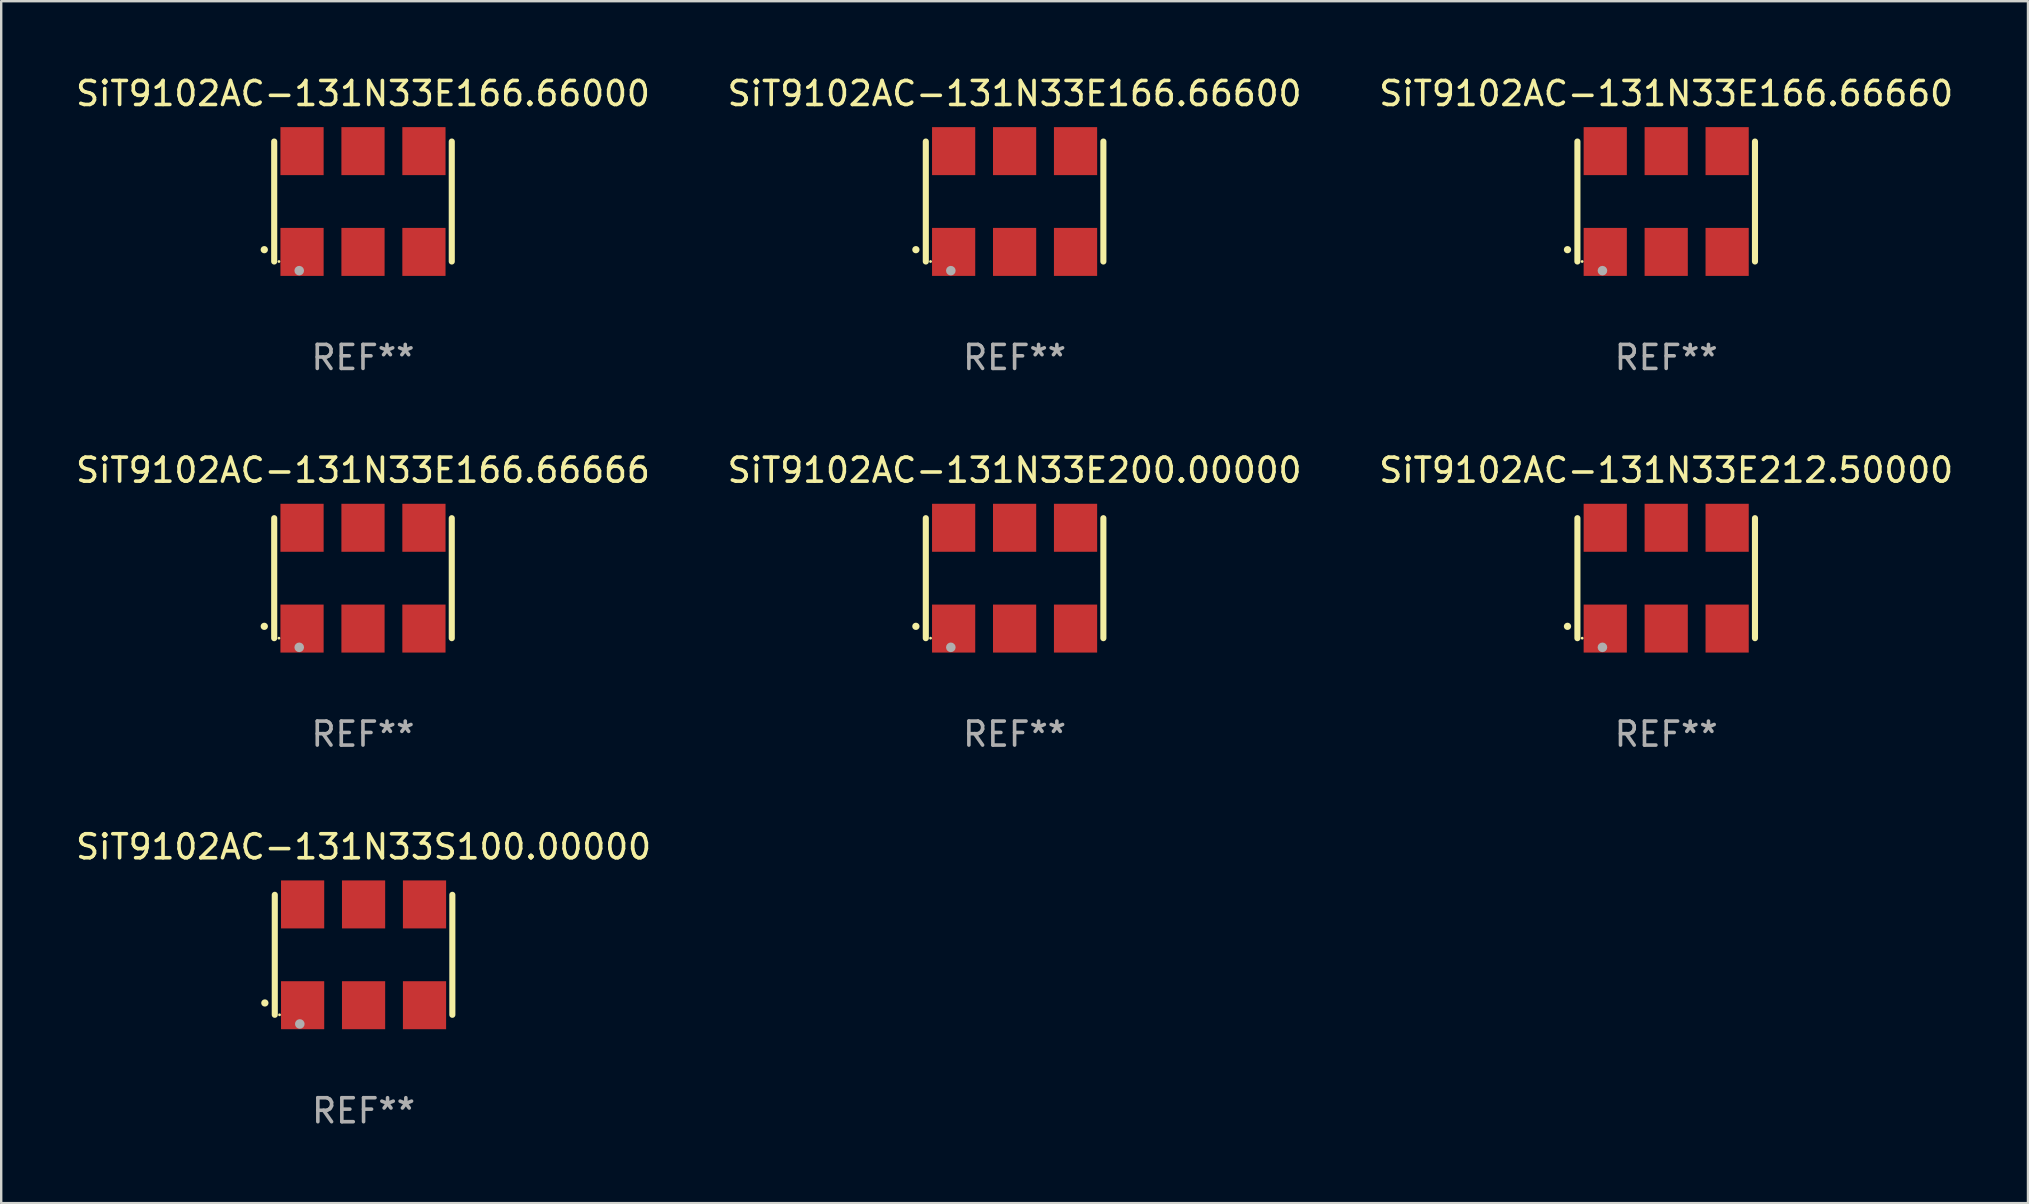
<source format=kicad_pcb>
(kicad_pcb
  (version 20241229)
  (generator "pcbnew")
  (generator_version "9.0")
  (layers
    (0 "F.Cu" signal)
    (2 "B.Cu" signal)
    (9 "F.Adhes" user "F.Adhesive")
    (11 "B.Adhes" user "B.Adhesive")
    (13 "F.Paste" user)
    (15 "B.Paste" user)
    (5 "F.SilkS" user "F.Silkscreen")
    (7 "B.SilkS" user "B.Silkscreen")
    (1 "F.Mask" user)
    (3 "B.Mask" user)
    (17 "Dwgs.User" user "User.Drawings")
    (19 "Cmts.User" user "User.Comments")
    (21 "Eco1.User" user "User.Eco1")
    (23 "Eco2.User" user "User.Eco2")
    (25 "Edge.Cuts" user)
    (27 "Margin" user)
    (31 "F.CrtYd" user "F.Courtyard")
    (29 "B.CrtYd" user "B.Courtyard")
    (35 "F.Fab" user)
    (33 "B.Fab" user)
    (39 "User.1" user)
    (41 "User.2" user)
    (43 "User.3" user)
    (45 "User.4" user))
  (footprint "SiT9102AC-131N33E166.66600"
    (layer "F.Cu")
    (at 39.232 5.348)
    (property "Reference" "SiT9102AC-131N33E166.66600" (at 0 -4.5 0) (layer "F.SilkS") (effects (font (size 1 1) (thickness 0.15))))
    (attr through_hole)
    (fp_line (start -3.7 -2.5) (end -3.7 2.5) (stroke (width 0.254) (type solid)) (layer "F.SilkS"))
    (fp_line (start 3.7 -2.5) (end 3.7 2.5) (stroke (width 0.254) (type solid)) (layer "F.SilkS"))
    (fp_arc (start -4.114415 2.006604) (mid -4.113145 2.006599) (end -4.111875 2.006604) (stroke (width 0.3) (type solid)) (layer "F.SilkS"))
    (fp_circle (center -3.502 2.5) (end -3.472 2.5) (stroke (width 0.06) (type solid)) (fill no) (layer "F.SilkS"))
    (fp_circle (center -2.657 2.882) (end -2.557 2.882) (stroke (width 0.2) (type solid)) (fill no) (layer "F.Fab"))
    (fp_text user "REF**" (at 0 6.5 0) (layer "F.Fab") (effects (font (size 1 1) (thickness 0.15))))
    (pad "1" smd rect (at -2.54 2.1) (size 1.8 2) (layers "F.Cu" "F.Mask" "F.Paste"))
    (pad "2" smd rect (at 0.000394 2.1) (size 1.8 2) (layers "F.Cu" "F.Mask" "F.Paste"))
    (pad "3" smd rect (at 2.54 2.1) (size 1.8 2) (layers "F.Cu" "F.Mask" "F.Paste"))
    (pad "4" smd rect (at 2.54 -2.1) (size 1.8 2) (layers "F.Cu" "F.Mask" "F.Paste"))
    (pad "5" smd rect (at 0.000394 -2.1) (size 1.8 2) (layers "F.Cu" "F.Mask" "F.Paste"))
    (pad "6" smd rect (at -2.54 -2.1) (size 1.8 2) (layers "F.Cu" "F.Mask" "F.Paste")))
  (footprint "SiT9102AC-131N33E212.50000"
    (layer "F.Cu")
    (at 66.387 21.045)
    (property "Reference" "SiT9102AC-131N33E212.50000" (at 0 -4.5 0) (layer "F.SilkS") (effects (font (size 1 1) (thickness 0.15))))
    (attr through_hole)
    (fp_line (start -3.7 -2.5) (end -3.7 2.5) (stroke (width 0.254) (type solid)) (layer "F.SilkS"))
    (fp_line (start 3.7 -2.5) (end 3.7 2.5) (stroke (width 0.254) (type solid)) (layer "F.SilkS"))
    (fp_arc (start -4.114415 2.006604) (mid -4.113145 2.006599) (end -4.111875 2.006604) (stroke (width 0.3) (type solid)) (layer "F.SilkS"))
    (fp_circle (center -3.502 2.5) (end -3.472 2.5) (stroke (width 0.06) (type solid)) (fill no) (layer "F.SilkS"))
    (fp_circle (center -2.657 2.882) (end -2.557 2.882) (stroke (width 0.2) (type solid)) (fill no) (layer "F.Fab"))
    (fp_text user "REF**" (at 0 6.5 0) (layer "F.Fab") (effects (font (size 1 1) (thickness 0.15))))
    (pad "1" smd rect (at -2.54 2.1) (size 1.8 2) (layers "F.Cu" "F.Mask" "F.Paste"))
    (pad "2" smd rect (at 0.000394 2.1) (size 1.8 2) (layers "F.Cu" "F.Mask" "F.Paste"))
    (pad "3" smd rect (at 2.54 2.1) (size 1.8 2) (layers "F.Cu" "F.Mask" "F.Paste"))
    (pad "4" smd rect (at 2.54 -2.1) (size 1.8 2) (layers "F.Cu" "F.Mask" "F.Paste"))
    (pad "5" smd rect (at 0.000394 -2.1) (size 1.8 2) (layers "F.Cu" "F.Mask" "F.Paste"))
    (pad "6" smd rect (at -2.54 -2.1) (size 1.8 2) (layers "F.Cu" "F.Mask" "F.Paste")))
  (footprint "SiT9102AC-131N33E166.66000"
    (layer "F.Cu")
    (at 12.077 5.348)
    (property "Reference" "SiT9102AC-131N33E166.66000" (at 0 -4.5 0) (layer "F.SilkS") (effects (font (size 1 1) (thickness 0.15))))
    (attr through_hole)
    (fp_line (start -3.7 -2.5) (end -3.7 2.5) (stroke (width 0.254) (type solid)) (layer "F.SilkS"))
    (fp_line (start 3.7 -2.5) (end 3.7 2.5) (stroke (width 0.254) (type solid)) (layer "F.SilkS"))
    (fp_arc (start -4.114415 2.006604) (mid -4.113145 2.006599) (end -4.111875 2.006604) (stroke (width 0.3) (type solid)) (layer "F.SilkS"))
    (fp_circle (center -3.502 2.5) (end -3.472 2.5) (stroke (width 0.06) (type solid)) (fill no) (layer "F.SilkS"))
    (fp_circle (center -2.657 2.882) (end -2.557 2.882) (stroke (width 0.2) (type solid)) (fill no) (layer "F.Fab"))
    (fp_text user "REF**" (at 0 6.5 0) (layer "F.Fab") (effects (font (size 1 1) (thickness 0.15))))
    (pad "1" smd rect (at -2.54 2.1) (size 1.8 2) (layers "F.Cu" "F.Mask" "F.Paste"))
    (pad "2" smd rect (at 0.000394 2.1) (size 1.8 2) (layers "F.Cu" "F.Mask" "F.Paste"))
    (pad "3" smd rect (at 2.54 2.1) (size 1.8 2) (layers "F.Cu" "F.Mask" "F.Paste"))
    (pad "4" smd rect (at 2.54 -2.1) (size 1.8 2) (layers "F.Cu" "F.Mask" "F.Paste"))
    (pad "5" smd rect (at 0.000394 -2.1) (size 1.8 2) (layers "F.Cu" "F.Mask" "F.Paste"))
    (pad "6" smd rect (at -2.54 -2.1) (size 1.8 2) (layers "F.Cu" "F.Mask" "F.Paste")))
  (footprint "SiT9102AC-131N33E166.66666"
    (layer "F.Cu")
    (at 12.077 21.045)
    (property "Reference" "SiT9102AC-131N33E166.66666" (at 0 -4.5 0) (layer "F.SilkS") (effects (font (size 1 1) (thickness 0.15))))
    (attr through_hole)
    (fp_line (start -3.7 -2.5) (end -3.7 2.5) (stroke (width 0.254) (type solid)) (layer "F.SilkS"))
    (fp_line (start 3.7 -2.5) (end 3.7 2.5) (stroke (width 0.254) (type solid)) (layer "F.SilkS"))
    (fp_arc (start -4.114415 2.006604) (mid -4.113145 2.006599) (end -4.111875 2.006604) (stroke (width 0.3) (type solid)) (layer "F.SilkS"))
    (fp_circle (center -3.502 2.5) (end -3.472 2.5) (stroke (width 0.06) (type solid)) (fill no) (layer "F.SilkS"))
    (fp_circle (center -2.657 2.882) (end -2.557 2.882) (stroke (width 0.2) (type solid)) (fill no) (layer "F.Fab"))
    (fp_text user "REF**" (at 0 6.5 0) (layer "F.Fab") (effects (font (size 1 1) (thickness 0.15))))
    (pad "1" smd rect (at -2.54 2.1) (size 1.8 2) (layers "F.Cu" "F.Mask" "F.Paste"))
    (pad "2" smd rect (at 0.000394 2.1) (size 1.8 2) (layers "F.Cu" "F.Mask" "F.Paste"))
    (pad "3" smd rect (at 2.54 2.1) (size 1.8 2) (layers "F.Cu" "F.Mask" "F.Paste"))
    (pad "4" smd rect (at 2.54 -2.1) (size 1.8 2) (layers "F.Cu" "F.Mask" "F.Paste"))
    (pad "5" smd rect (at 0.000394 -2.1) (size 1.8 2) (layers "F.Cu" "F.Mask" "F.Paste"))
    (pad "6" smd rect (at -2.54 -2.1) (size 1.8 2) (layers "F.Cu" "F.Mask" "F.Paste")))
  (footprint "SiT9102AC-131N33E200.00000"
    (layer "F.Cu")
    (at 39.232 21.045)
    (property "Reference" "SiT9102AC-131N33E200.00000" (at 0 -4.5 0) (layer "F.SilkS") (effects (font (size 1 1) (thickness 0.15))))
    (attr through_hole)
    (fp_line (start -3.7 -2.5) (end -3.7 2.5) (stroke (width 0.254) (type solid)) (layer "F.SilkS"))
    (fp_line (start 3.7 -2.5) (end 3.7 2.5) (stroke (width 0.254) (type solid)) (layer "F.SilkS"))
    (fp_arc (start -4.114415 2.006604) (mid -4.113145 2.006599) (end -4.111875 2.006604) (stroke (width 0.3) (type solid)) (layer "F.SilkS"))
    (fp_circle (center -3.502 2.5) (end -3.472 2.5) (stroke (width 0.06) (type solid)) (fill no) (layer "F.SilkS"))
    (fp_circle (center -2.657 2.882) (end -2.557 2.882) (stroke (width 0.2) (type solid)) (fill no) (layer "F.Fab"))
    (fp_text user "REF**" (at 0 6.5 0) (layer "F.Fab") (effects (font (size 1 1) (thickness 0.15))))
    (pad "1" smd rect (at -2.54 2.1) (size 1.8 2) (layers "F.Cu" "F.Mask" "F.Paste"))
    (pad "2" smd rect (at 0.000394 2.1) (size 1.8 2) (layers "F.Cu" "F.Mask" "F.Paste"))
    (pad "3" smd rect (at 2.54 2.1) (size 1.8 2) (layers "F.Cu" "F.Mask" "F.Paste"))
    (pad "4" smd rect (at 2.54 -2.1) (size 1.8 2) (layers "F.Cu" "F.Mask" "F.Paste"))
    (pad "5" smd rect (at 0.000394 -2.1) (size 1.8 2) (layers "F.Cu" "F.Mask" "F.Paste"))
    (pad "6" smd rect (at -2.54 -2.1) (size 1.8 2) (layers "F.Cu" "F.Mask" "F.Paste")))
  (footprint "SiT9102AC-131N33E166.66660"
    (layer "F.Cu")
    (at 66.387 5.348)
    (property "Reference" "SiT9102AC-131N33E166.66660" (at 0 -4.5 0) (layer "F.SilkS") (effects (font (size 1 1) (thickness 0.15))))
    (attr through_hole)
    (fp_line (start -3.7 -2.5) (end -3.7 2.5) (stroke (width 0.254) (type solid)) (layer "F.SilkS"))
    (fp_line (start 3.7 -2.5) (end 3.7 2.5) (stroke (width 0.254) (type solid)) (layer "F.SilkS"))
    (fp_arc (start -4.114415 2.006604) (mid -4.113145 2.006599) (end -4.111875 2.006604) (stroke (width 0.3) (type solid)) (layer "F.SilkS"))
    (fp_circle (center -3.502 2.5) (end -3.472 2.5) (stroke (width 0.06) (type solid)) (fill no) (layer "F.SilkS"))
    (fp_circle (center -2.657 2.882) (end -2.557 2.882) (stroke (width 0.2) (type solid)) (fill no) (layer "F.Fab"))
    (fp_text user "REF**" (at 0 6.5 0) (layer "F.Fab") (effects (font (size 1 1) (thickness 0.15))))
    (pad "1" smd rect (at -2.54 2.1) (size 1.8 2) (layers "F.Cu" "F.Mask" "F.Paste"))
    (pad "2" smd rect (at 0.000394 2.1) (size 1.8 2) (layers "F.Cu" "F.Mask" "F.Paste"))
    (pad "3" smd rect (at 2.54 2.1) (size 1.8 2) (layers "F.Cu" "F.Mask" "F.Paste"))
    (pad "4" smd rect (at 2.54 -2.1) (size 1.8 2) (layers "F.Cu" "F.Mask" "F.Paste"))
    (pad "5" smd rect (at 0.000394 -2.1) (size 1.8 2) (layers "F.Cu" "F.Mask" "F.Paste"))
    (pad "6" smd rect (at -2.54 -2.1) (size 1.8 2) (layers "F.Cu" "F.Mask" "F.Paste")))
  (footprint "SiT9102AC-131N33S100.00000"
    (layer "F.Cu")
    (at 12.101 36.741)
    (property "Reference" "SiT9102AC-131N33S100.00000" (at 0 -4.5 0) (layer "F.SilkS") (effects (font (size 1 1) (thickness 0.15))))
    (attr through_hole)
    (fp_line (start -3.7 -2.5) (end -3.7 2.5) (stroke (width 0.254) (type solid)) (layer "F.SilkS"))
    (fp_line (start 3.7 -2.5) (end 3.7 2.5) (stroke (width 0.254) (type solid)) (layer "F.SilkS"))
    (fp_arc (start -4.114415 2.006604) (mid -4.113145 2.006599) (end -4.111875 2.006604) (stroke (width 0.3) (type solid)) (layer "F.SilkS"))
    (fp_circle (center -3.502 2.5) (end -3.472 2.5) (stroke (width 0.06) (type solid)) (fill no) (layer "F.SilkS"))
    (fp_circle (center -2.657 2.882) (end -2.557 2.882) (stroke (width 0.2) (type solid)) (fill no) (layer "F.Fab"))
    (fp_text user "REF**" (at 0 6.5 0) (layer "F.Fab") (effects (font (size 1 1) (thickness 0.15))))
    (pad "1" smd rect (at -2.54 2.1) (size 1.8 2) (layers "F.Cu" "F.Mask" "F.Paste"))
    (pad "2" smd rect (at 0.000394 2.1) (size 1.8 2) (layers "F.Cu" "F.Mask" "F.Paste"))
    (pad "3" smd rect (at 2.54 2.1) (size 1.8 2) (layers "F.Cu" "F.Mask" "F.Paste"))
    (pad "4" smd rect (at 2.54 -2.1) (size 1.8 2) (layers "F.Cu" "F.Mask" "F.Paste"))
    (pad "5" smd rect (at 0.000394 -2.1) (size 1.8 2) (layers "F.Cu" "F.Mask" "F.Paste"))
    (pad "6" smd rect (at -2.54 -2.1) (size 1.8 2) (layers "F.Cu" "F.Mask" "F.Paste")))
  (gr_rect
    (start -3 -3)
    (end 81.464 47.09)
    (stroke (width 0.1) (type default))
    (fill no)
    (layer "Edge.Cuts")))
</source>
